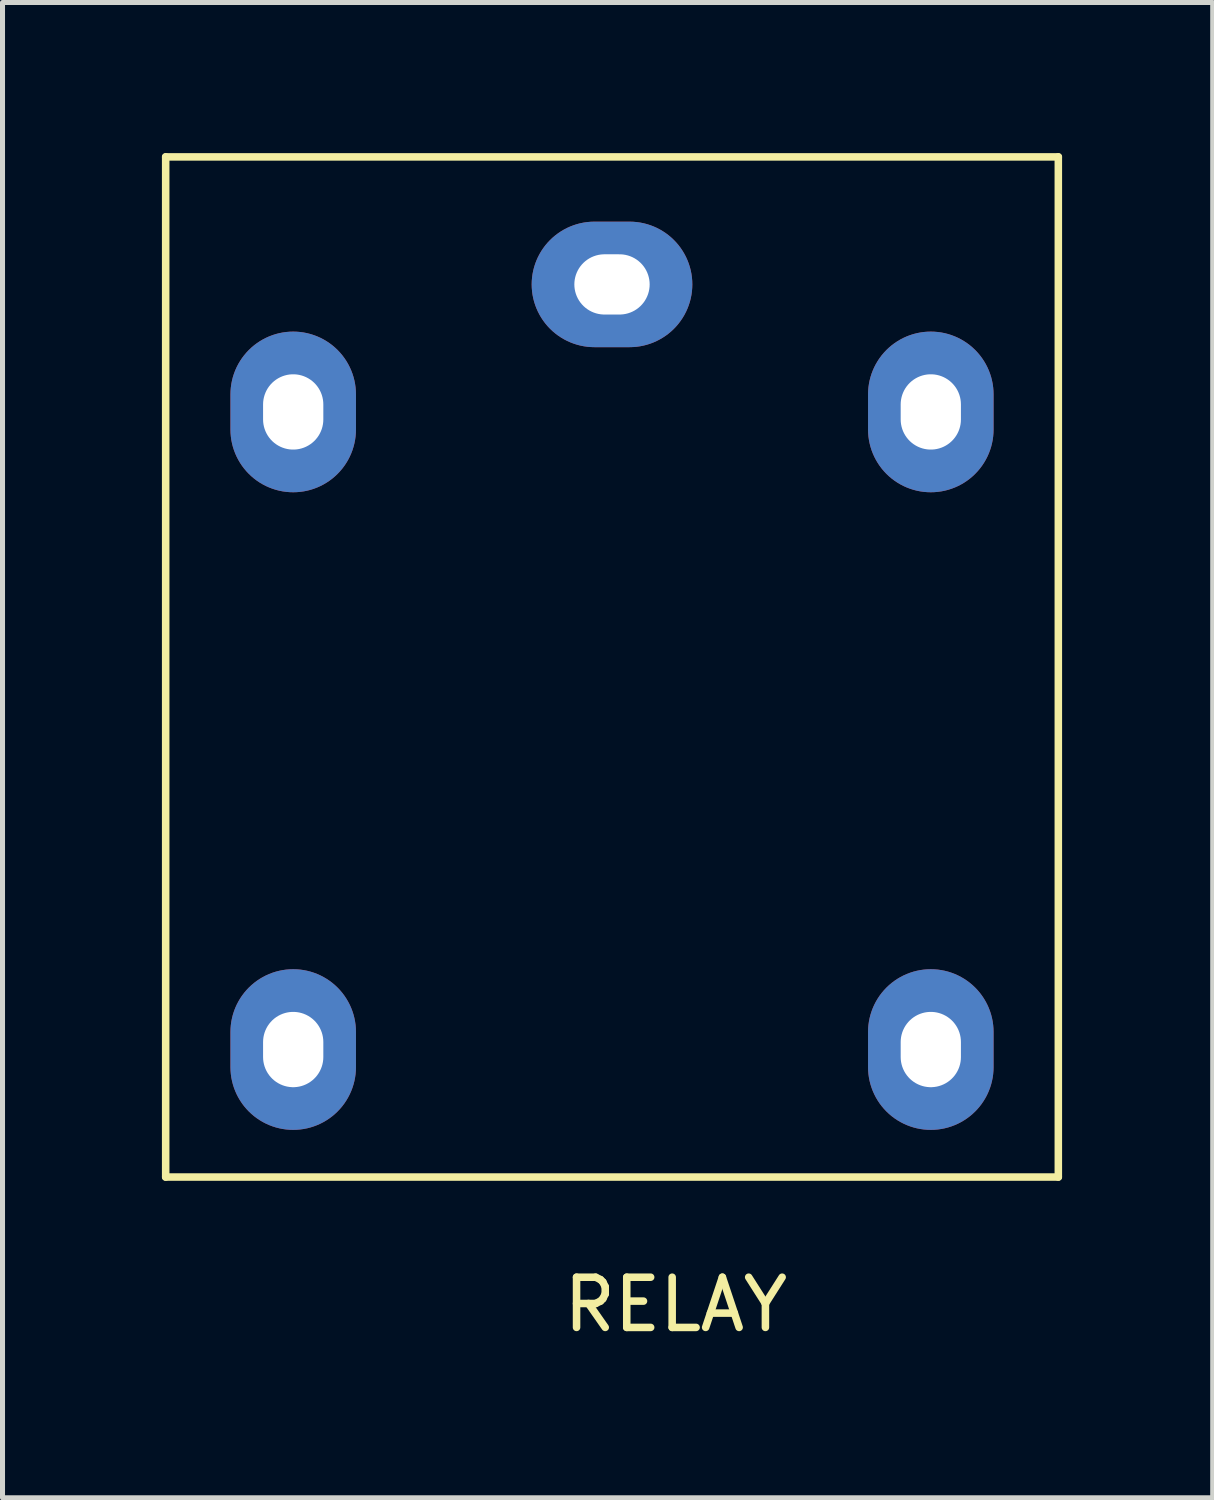
<source format=kicad_pcb>
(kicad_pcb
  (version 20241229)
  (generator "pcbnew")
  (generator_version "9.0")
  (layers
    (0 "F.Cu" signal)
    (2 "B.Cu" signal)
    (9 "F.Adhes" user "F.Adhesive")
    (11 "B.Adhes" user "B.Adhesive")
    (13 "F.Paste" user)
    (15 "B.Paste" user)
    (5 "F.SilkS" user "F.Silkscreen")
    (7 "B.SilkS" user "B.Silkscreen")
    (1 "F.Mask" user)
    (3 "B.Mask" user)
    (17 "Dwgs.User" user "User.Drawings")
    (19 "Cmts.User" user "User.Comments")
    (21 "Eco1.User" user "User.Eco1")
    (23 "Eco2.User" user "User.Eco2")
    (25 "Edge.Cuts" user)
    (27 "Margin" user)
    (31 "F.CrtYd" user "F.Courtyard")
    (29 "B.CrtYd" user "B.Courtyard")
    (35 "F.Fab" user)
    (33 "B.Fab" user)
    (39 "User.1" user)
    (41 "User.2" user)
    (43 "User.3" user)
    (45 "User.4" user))
  (footprint "RELAY"
    (layer "F.Cu")
    (at 0.25 20.395)
    (property "Reference" "RELAY" (at 10.16 2.54 0) (layer "F.SilkS") (effects (font (size 1 1) (thickness 0.15))))
    (attr through_hole)
    (fp_line (start 0 -20.32) (end 0 0) (stroke (width 0.15) (type solid)) (layer "F.SilkS"))
    (fp_line (start 0 0) (end 17.78 0) (stroke (width 0.15) (type solid)) (layer "F.SilkS"))
    (fp_line (start 17.78 -20.32) (end 0 -20.32) (stroke (width 0.15) (type solid)) (layer "F.SilkS"))
    (fp_line (start 17.78 0) (end 17.78 -20.32) (stroke (width 0.15) (type solid)) (layer "F.SilkS"))
    (pad "1" thru_hole oval (at 2.54 -15.24) (size 2.5 3.2) (drill oval 1.2 1.5) (layers "*.Cu" "*.Mask"))
    (pad "2" thru_hole oval (at 8.89 -17.78) (size 3.2 2.5) (drill oval 1.5 1.2) (layers "*.Cu" "*.Mask"))
    (pad "3" thru_hole oval (at 15.24 -2.54) (size 2.5 3.2) (drill oval 1.2 1.5) (layers "*.Cu" "*.Mask"))
    (pad "4" thru_hole oval (at 2.54 -2.54) (size 2.5 3.2) (drill oval 1.2 1.5) (layers "*.Cu" "*.Mask"))
    (pad "5" thru_hole oval (at 15.24 -15.24) (size 2.5 3.2) (drill oval 1.2 1.5) (layers "*.Cu" "*.Mask")))
  (gr_rect
    (start -3 -3)
    (end 21.105 26.783)
    (stroke (width 0.1) (type default))
    (fill no)
    (layer "Edge.Cuts")))
</source>
